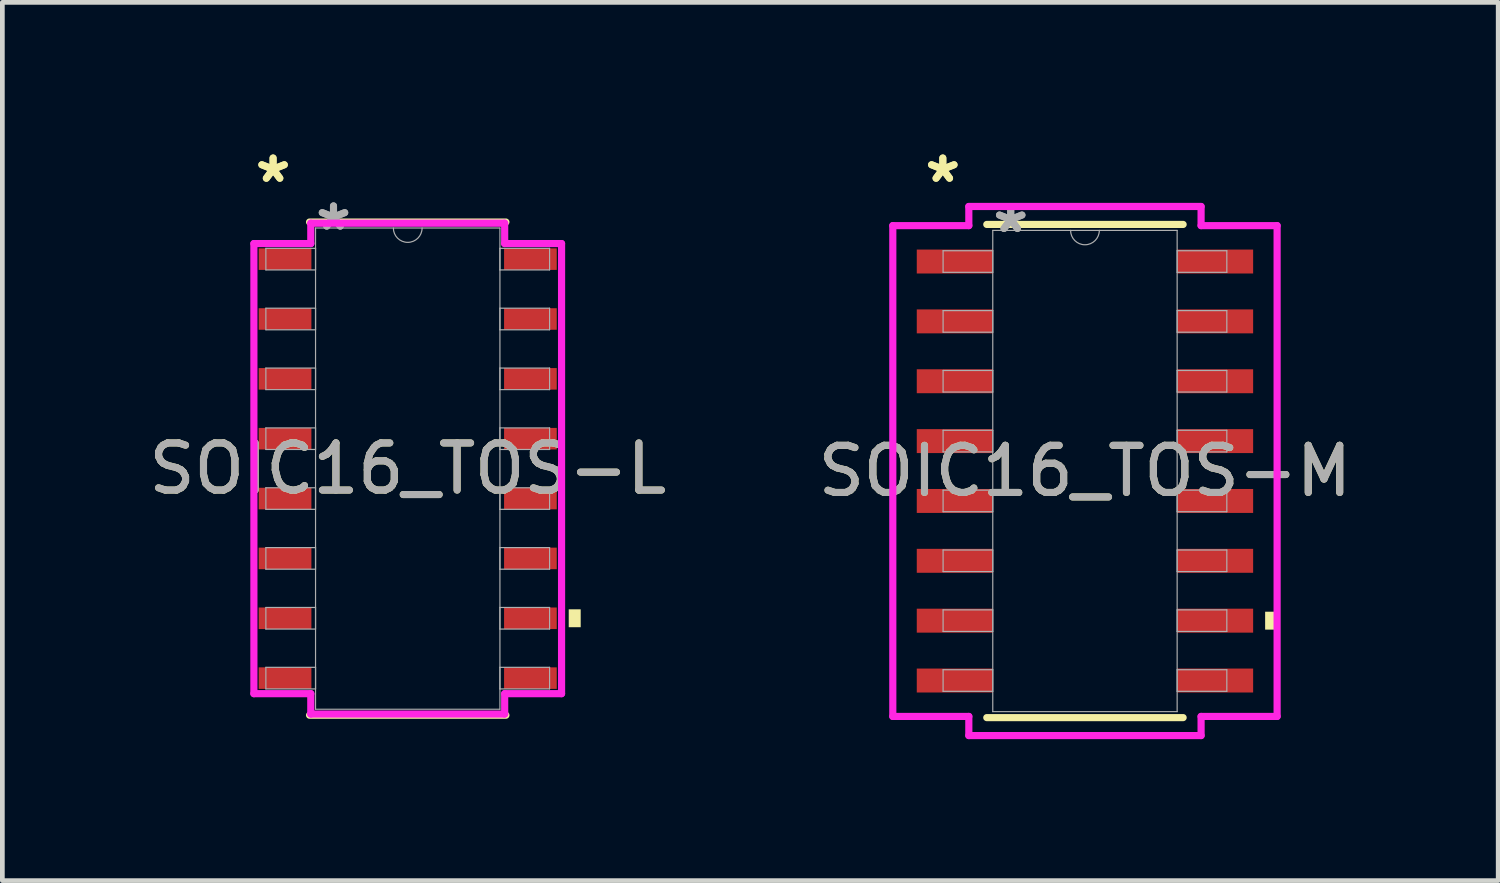
<source format=kicad_pcb>
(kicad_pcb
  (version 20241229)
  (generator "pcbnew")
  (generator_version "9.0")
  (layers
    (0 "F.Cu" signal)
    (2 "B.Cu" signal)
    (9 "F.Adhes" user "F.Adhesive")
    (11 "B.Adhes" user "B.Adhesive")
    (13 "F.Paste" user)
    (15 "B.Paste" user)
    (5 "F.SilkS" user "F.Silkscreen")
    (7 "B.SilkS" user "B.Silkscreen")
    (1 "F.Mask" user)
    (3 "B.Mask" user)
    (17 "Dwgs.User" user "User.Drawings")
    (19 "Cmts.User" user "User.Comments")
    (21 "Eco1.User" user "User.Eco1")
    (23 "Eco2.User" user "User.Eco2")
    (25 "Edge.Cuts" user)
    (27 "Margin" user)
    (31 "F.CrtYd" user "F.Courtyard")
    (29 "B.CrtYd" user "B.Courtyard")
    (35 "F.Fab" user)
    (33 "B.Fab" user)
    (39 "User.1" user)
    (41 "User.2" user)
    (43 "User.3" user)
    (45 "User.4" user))
  (footprint "SOIC16_TOS-M"
    (layer "F.Cu")
    (at 19.97 6.944)
    (property "Reference" "SOIC16_TOS-M" (at 0 0 0) (unlocked yes) (layer "F.SilkS") (effects (font (size 1 1) (thickness 0.15))))
    (attr smd)
    (fp_line (start -2.083 5.232) (end 2.083 5.232) (stroke (width 0.152) (type solid)) (layer "F.SilkS"))
    (fp_line (start 2.083 -5.232) (end -2.083 -5.232) (stroke (width 0.152) (type solid)) (layer "F.SilkS"))
    (fp_poly (pts (xy 4.077 2.985) (xy 4.077 3.365) (xy 3.823 3.365) (xy 3.823 2.985)) (stroke (width 0) (type solid)) (fill yes) (layer "F.SilkS"))
    (fp_line (start -4.077 -5.207) (end -2.464 -5.207) (stroke (width 0.152) (type solid)) (layer "F.CrtYd"))
    (fp_line (start -4.077 5.207) (end -4.077 -5.207) (stroke (width 0.152) (type solid)) (layer "F.CrtYd"))
    (fp_line (start -4.077 5.207) (end -2.464 5.207) (stroke (width 0.152) (type solid)) (layer "F.CrtYd"))
    (fp_line (start -2.464 -5.613) (end 2.464 -5.613) (stroke (width 0.152) (type solid)) (layer "F.CrtYd"))
    (fp_line (start -2.464 -5.207) (end -2.464 -5.613) (stroke (width 0.152) (type solid)) (layer "F.CrtYd"))
    (fp_line (start -2.464 5.613) (end -2.464 5.207) (stroke (width 0.152) (type solid)) (layer "F.CrtYd"))
    (fp_line (start 2.464 -5.613) (end 2.464 -5.207) (stroke (width 0.152) (type solid)) (layer "F.CrtYd"))
    (fp_line (start 2.464 5.207) (end 2.464 5.613) (stroke (width 0.152) (type solid)) (layer "F.CrtYd"))
    (fp_line (start 2.464 5.613) (end -2.464 5.613) (stroke (width 0.152) (type solid)) (layer "F.CrtYd"))
    (fp_line (start 4.077 -5.207) (end 2.464 -5.207) (stroke (width 0.152) (type solid)) (layer "F.CrtYd"))
    (fp_line (start 4.077 -5.207) (end 4.077 5.207) (stroke (width 0.152) (type solid)) (layer "F.CrtYd"))
    (fp_line (start 4.077 5.207) (end 2.464 5.207) (stroke (width 0.152) (type solid)) (layer "F.CrtYd"))
    (fp_line (start -3.01 -4.674) (end -3.01 -4.216) (stroke (width 0.025) (type solid)) (layer "F.Fab"))
    (fp_line (start -3.01 -4.216) (end -1.956 -4.216) (stroke (width 0.025) (type solid)) (layer "F.Fab"))
    (fp_line (start -3.01 -3.404) (end -3.01 -2.946) (stroke (width 0.025) (type solid)) (layer "F.Fab"))
    (fp_line (start -3.01 -2.946) (end -1.956 -2.946) (stroke (width 0.025) (type solid)) (layer "F.Fab"))
    (fp_line (start -3.01 -2.134) (end -3.01 -1.676) (stroke (width 0.025) (type solid)) (layer "F.Fab"))
    (fp_line (start -3.01 -1.676) (end -1.956 -1.676) (stroke (width 0.025) (type solid)) (layer "F.Fab"))
    (fp_line (start -3.01 -0.864) (end -3.01 -0.406) (stroke (width 0.025) (type solid)) (layer "F.Fab"))
    (fp_line (start -3.01 -0.406) (end -1.956 -0.406) (stroke (width 0.025) (type solid)) (layer "F.Fab"))
    (fp_line (start -3.01 0.406) (end -3.01 0.864) (stroke (width 0.025) (type solid)) (layer "F.Fab"))
    (fp_line (start -3.01 0.864) (end -1.956 0.864) (stroke (width 0.025) (type solid)) (layer "F.Fab"))
    (fp_line (start -3.01 1.676) (end -3.01 2.134) (stroke (width 0.025) (type solid)) (layer "F.Fab"))
    (fp_line (start -3.01 2.134) (end -1.956 2.134) (stroke (width 0.025) (type solid)) (layer "F.Fab"))
    (fp_line (start -3.01 2.946) (end -3.01 3.404) (stroke (width 0.025) (type solid)) (layer "F.Fab"))
    (fp_line (start -3.01 3.404) (end -1.956 3.404) (stroke (width 0.025) (type solid)) (layer "F.Fab"))
    (fp_line (start -3.01 4.216) (end -3.01 4.674) (stroke (width 0.025) (type solid)) (layer "F.Fab"))
    (fp_line (start -3.01 4.674) (end -1.956 4.674) (stroke (width 0.025) (type solid)) (layer "F.Fab"))
    (fp_line (start -1.956 -5.105) (end -1.956 5.105) (stroke (width 0.025) (type solid)) (layer "F.Fab"))
    (fp_line (start -1.956 -4.674) (end -3.01 -4.674) (stroke (width 0.025) (type solid)) (layer "F.Fab"))
    (fp_line (start -1.956 -4.216) (end -1.956 -4.674) (stroke (width 0.025) (type solid)) (layer "F.Fab"))
    (fp_line (start -1.956 -3.404) (end -3.01 -3.404) (stroke (width 0.025) (type solid)) (layer "F.Fab"))
    (fp_line (start -1.956 -2.946) (end -1.956 -3.404) (stroke (width 0.025) (type solid)) (layer "F.Fab"))
    (fp_line (start -1.956 -2.134) (end -3.01 -2.134) (stroke (width 0.025) (type solid)) (layer "F.Fab"))
    (fp_line (start -1.956 -1.676) (end -1.956 -2.134) (stroke (width 0.025) (type solid)) (layer "F.Fab"))
    (fp_line (start -1.956 -0.864) (end -3.01 -0.864) (stroke (width 0.025) (type solid)) (layer "F.Fab"))
    (fp_line (start -1.956 -0.406) (end -1.956 -0.864) (stroke (width 0.025) (type solid)) (layer "F.Fab"))
    (fp_line (start -1.956 0.406) (end -3.01 0.406) (stroke (width 0.025) (type solid)) (layer "F.Fab"))
    (fp_line (start -1.956 0.864) (end -1.956 0.406) (stroke (width 0.025) (type solid)) (layer "F.Fab"))
    (fp_line (start -1.956 1.676) (end -3.01 1.676) (stroke (width 0.025) (type solid)) (layer "F.Fab"))
    (fp_line (start -1.956 2.134) (end -1.956 1.676) (stroke (width 0.025) (type solid)) (layer "F.Fab"))
    (fp_line (start -1.956 2.946) (end -3.01 2.946) (stroke (width 0.025) (type solid)) (layer "F.Fab"))
    (fp_line (start -1.956 3.404) (end -1.956 2.946) (stroke (width 0.025) (type solid)) (layer "F.Fab"))
    (fp_line (start -1.956 4.216) (end -3.01 4.216) (stroke (width 0.025) (type solid)) (layer "F.Fab"))
    (fp_line (start -1.956 4.674) (end -1.956 4.216) (stroke (width 0.025) (type solid)) (layer "F.Fab"))
    (fp_line (start -1.956 5.105) (end 1.956 5.105) (stroke (width 0.025) (type solid)) (layer "F.Fab"))
    (fp_line (start 1.956 -5.105) (end -1.956 -5.105) (stroke (width 0.025) (type solid)) (layer "F.Fab"))
    (fp_line (start 1.956 -4.674) (end 1.956 -4.216) (stroke (width 0.025) (type solid)) (layer "F.Fab"))
    (fp_line (start 1.956 -4.216) (end 3.01 -4.216) (stroke (width 0.025) (type solid)) (layer "F.Fab"))
    (fp_line (start 1.956 -3.404) (end 1.956 -2.946) (stroke (width 0.025) (type solid)) (layer "F.Fab"))
    (fp_line (start 1.956 -2.946) (end 3.01 -2.946) (stroke (width 0.025) (type solid)) (layer "F.Fab"))
    (fp_line (start 1.956 -2.134) (end 1.956 -1.676) (stroke (width 0.025) (type solid)) (layer "F.Fab"))
    (fp_line (start 1.956 -1.676) (end 3.01 -1.676) (stroke (width 0.025) (type solid)) (layer "F.Fab"))
    (fp_line (start 1.956 -0.864) (end 1.956 -0.406) (stroke (width 0.025) (type solid)) (layer "F.Fab"))
    (fp_line (start 1.956 -0.406) (end 3.01 -0.406) (stroke (width 0.025) (type solid)) (layer "F.Fab"))
    (fp_line (start 1.956 0.406) (end 1.956 0.864) (stroke (width 0.025) (type solid)) (layer "F.Fab"))
    (fp_line (start 1.956 0.864) (end 3.01 0.864) (stroke (width 0.025) (type solid)) (layer "F.Fab"))
    (fp_line (start 1.956 1.676) (end 1.956 2.134) (stroke (width 0.025) (type solid)) (layer "F.Fab"))
    (fp_line (start 1.956 2.134) (end 3.01 2.134) (stroke (width 0.025) (type solid)) (layer "F.Fab"))
    (fp_line (start 1.956 2.946) (end 1.956 3.404) (stroke (width 0.025) (type solid)) (layer "F.Fab"))
    (fp_line (start 1.956 3.404) (end 3.01 3.404) (stroke (width 0.025) (type solid)) (layer "F.Fab"))
    (fp_line (start 1.956 4.216) (end 1.956 4.674) (stroke (width 0.025) (type solid)) (layer "F.Fab"))
    (fp_line (start 1.956 4.674) (end 3.01 4.674) (stroke (width 0.025) (type solid)) (layer "F.Fab"))
    (fp_line (start 1.956 5.105) (end 1.956 -5.105) (stroke (width 0.025) (type solid)) (layer "F.Fab"))
    (fp_line (start 3.01 -4.674) (end 1.956 -4.674) (stroke (width 0.025) (type solid)) (layer "F.Fab"))
    (fp_line (start 3.01 -4.216) (end 3.01 -4.674) (stroke (width 0.025) (type solid)) (layer "F.Fab"))
    (fp_line (start 3.01 -3.404) (end 1.956 -3.404) (stroke (width 0.025) (type solid)) (layer "F.Fab"))
    (fp_line (start 3.01 -2.946) (end 3.01 -3.404) (stroke (width 0.025) (type solid)) (layer "F.Fab"))
    (fp_line (start 3.01 -2.134) (end 1.956 -2.134) (stroke (width 0.025) (type solid)) (layer "F.Fab"))
    (fp_line (start 3.01 -1.676) (end 3.01 -2.134) (stroke (width 0.025) (type solid)) (layer "F.Fab"))
    (fp_line (start 3.01 -0.864) (end 1.956 -0.864) (stroke (width 0.025) (type solid)) (layer "F.Fab"))
    (fp_line (start 3.01 -0.406) (end 3.01 -0.864) (stroke (width 0.025) (type solid)) (layer "F.Fab"))
    (fp_line (start 3.01 0.406) (end 1.956 0.406) (stroke (width 0.025) (type solid)) (layer "F.Fab"))
    (fp_line (start 3.01 0.864) (end 3.01 0.406) (stroke (width 0.025) (type solid)) (layer "F.Fab"))
    (fp_line (start 3.01 1.676) (end 1.956 1.676) (stroke (width 0.025) (type solid)) (layer "F.Fab"))
    (fp_line (start 3.01 2.134) (end 3.01 1.676) (stroke (width 0.025) (type solid)) (layer "F.Fab"))
    (fp_line (start 3.01 2.946) (end 1.956 2.946) (stroke (width 0.025) (type solid)) (layer "F.Fab"))
    (fp_line (start 3.01 3.404) (end 3.01 2.946) (stroke (width 0.025) (type solid)) (layer "F.Fab"))
    (fp_line (start 3.01 4.216) (end 1.956 4.216) (stroke (width 0.025) (type solid)) (layer "F.Fab"))
    (fp_line (start 3.01 4.674) (end 3.01 4.216) (stroke (width 0.025) (type solid)) (layer "F.Fab"))
    (fp_arc (start 0.3048 -5.1054) (mid 0 -4.8006) (end -0.3048 -5.1054) (stroke (width 0.0254) (type solid)) (layer "F.Fab"))
    (fp_text user "*" (at -3.016 -6.096 0) (unlocked yes) (layer "F.SilkS") (effects (font (size 1 1) (thickness 0.15))))
    (fp_text user "*" (at -3.016 -6.096 0) (layer "F.SilkS") (effects (font (size 1 1) (thickness 0.15))))
    (fp_text user "*" (at -1.575 -5.029 0) (layer "F.Fab") (effects (font (size 1 1) (thickness 0.15))))
    (fp_text user "${REFERENCE}" (at 0 0 0) (unlocked yes) (layer "F.Fab") (effects (font (size 1 1) (thickness 0.15))))
    (fp_text user "*" (at -1.575 -5.029 0) (unlocked yes) (layer "F.Fab") (effects (font (size 1 1) (thickness 0.15))))
    (pad "1" smd rect (at -2.762 -4.445) (size 1.613 0.508) (layers "F.Cu" "F.Mask" "F.Paste"))
    (pad "2" smd rect (at -2.762 -3.175) (size 1.613 0.508) (layers "F.Cu" "F.Mask" "F.Paste"))
    (pad "3" smd rect (at -2.762 -1.905) (size 1.613 0.508) (layers "F.Cu" "F.Mask" "F.Paste"))
    (pad "4" smd rect (at -2.762 -0.635) (size 1.613 0.508) (layers "F.Cu" "F.Mask" "F.Paste"))
    (pad "5" smd rect (at -2.762 0.635) (size 1.613 0.508) (layers "F.Cu" "F.Mask" "F.Paste"))
    (pad "6" smd rect (at -2.762 1.905) (size 1.613 0.508) (layers "F.Cu" "F.Mask" "F.Paste"))
    (pad "7" smd rect (at -2.762 3.175) (size 1.613 0.508) (layers "F.Cu" "F.Mask" "F.Paste"))
    (pad "8" smd rect (at -2.762 4.445) (size 1.613 0.508) (layers "F.Cu" "F.Mask" "F.Paste"))
    (pad "9" smd rect (at 2.762 4.445) (size 1.613 0.508) (layers "F.Cu" "F.Mask" "F.Paste"))
    (pad "10" smd rect (at 2.762 3.175) (size 1.613 0.508) (layers "F.Cu" "F.Mask" "F.Paste"))
    (pad "11" smd rect (at 2.762 1.905) (size 1.613 0.508) (layers "F.Cu" "F.Mask" "F.Paste"))
    (pad "12" smd rect (at 2.762 0.635) (size 1.613 0.508) (layers "F.Cu" "F.Mask" "F.Paste"))
    (pad "13" smd rect (at 2.762 -0.635) (size 1.613 0.508) (layers "F.Cu" "F.Mask" "F.Paste"))
    (pad "14" smd rect (at 2.762 -1.905) (size 1.613 0.508) (layers "F.Cu" "F.Mask" "F.Paste"))
    (pad "15" smd rect (at 2.762 -3.175) (size 1.613 0.508) (layers "F.Cu" "F.Mask" "F.Paste"))
    (pad "16" smd rect (at 2.762 -4.445) (size 1.613 0.508) (layers "F.Cu" "F.Mask" "F.Paste")))
  (footprint "SOIC16_TOS-L"
    (layer "F.Cu")
    (at 5.601 6.893)
    (property "Reference" "SOIC16_TOS-L" (at 0 0 0) (unlocked yes) (layer "F.SilkS") (effects (font (size 1 1) (thickness 0.15))))
    (attr smd)
    (fp_line (start -2.083 5.232) (end 2.083 5.232) (stroke (width 0.152) (type solid)) (layer "F.SilkS"))
    (fp_line (start 2.083 -5.232) (end -2.083 -5.232) (stroke (width 0.152) (type solid)) (layer "F.SilkS"))
    (fp_poly (pts (xy 3.67 2.985) (xy 3.67 3.365) (xy 3.416 3.365) (xy 3.416 2.985)) (stroke (width 0) (type solid)) (fill yes) (layer "F.SilkS"))
    (fp_line (start -3.264 -4.775) (end -2.057 -4.775) (stroke (width 0.152) (type solid)) (layer "F.CrtYd"))
    (fp_line (start -3.264 4.775) (end -3.264 -4.775) (stroke (width 0.152) (type solid)) (layer "F.CrtYd"))
    (fp_line (start -3.264 4.775) (end -2.057 4.775) (stroke (width 0.152) (type solid)) (layer "F.CrtYd"))
    (fp_line (start -2.057 -5.207) (end 2.057 -5.207) (stroke (width 0.152) (type solid)) (layer "F.CrtYd"))
    (fp_line (start -2.057 -4.775) (end -2.057 -5.207) (stroke (width 0.152) (type solid)) (layer "F.CrtYd"))
    (fp_line (start -2.057 5.207) (end -2.057 4.775) (stroke (width 0.152) (type solid)) (layer "F.CrtYd"))
    (fp_line (start 2.057 -5.207) (end 2.057 -4.775) (stroke (width 0.152) (type solid)) (layer "F.CrtYd"))
    (fp_line (start 2.057 4.775) (end 2.057 5.207) (stroke (width 0.152) (type solid)) (layer "F.CrtYd"))
    (fp_line (start 2.057 5.207) (end -2.057 5.207) (stroke (width 0.152) (type solid)) (layer "F.CrtYd"))
    (fp_line (start 3.264 -4.775) (end 2.057 -4.775) (stroke (width 0.152) (type solid)) (layer "F.CrtYd"))
    (fp_line (start 3.264 -4.775) (end 3.264 4.775) (stroke (width 0.152) (type solid)) (layer "F.CrtYd"))
    (fp_line (start 3.264 4.775) (end 2.057 4.775) (stroke (width 0.152) (type solid)) (layer "F.CrtYd"))
    (fp_line (start -3.01 -4.674) (end -3.01 -4.216) (stroke (width 0.025) (type solid)) (layer "F.Fab"))
    (fp_line (start -3.01 -4.216) (end -1.956 -4.216) (stroke (width 0.025) (type solid)) (layer "F.Fab"))
    (fp_line (start -3.01 -3.404) (end -3.01 -2.946) (stroke (width 0.025) (type solid)) (layer "F.Fab"))
    (fp_line (start -3.01 -2.946) (end -1.956 -2.946) (stroke (width 0.025) (type solid)) (layer "F.Fab"))
    (fp_line (start -3.01 -2.134) (end -3.01 -1.676) (stroke (width 0.025) (type solid)) (layer "F.Fab"))
    (fp_line (start -3.01 -1.676) (end -1.956 -1.676) (stroke (width 0.025) (type solid)) (layer "F.Fab"))
    (fp_line (start -3.01 -0.864) (end -3.01 -0.406) (stroke (width 0.025) (type solid)) (layer "F.Fab"))
    (fp_line (start -3.01 -0.406) (end -1.956 -0.406) (stroke (width 0.025) (type solid)) (layer "F.Fab"))
    (fp_line (start -3.01 0.406) (end -3.01 0.864) (stroke (width 0.025) (type solid)) (layer "F.Fab"))
    (fp_line (start -3.01 0.864) (end -1.956 0.864) (stroke (width 0.025) (type solid)) (layer "F.Fab"))
    (fp_line (start -3.01 1.676) (end -3.01 2.134) (stroke (width 0.025) (type solid)) (layer "F.Fab"))
    (fp_line (start -3.01 2.134) (end -1.956 2.134) (stroke (width 0.025) (type solid)) (layer "F.Fab"))
    (fp_line (start -3.01 2.946) (end -3.01 3.404) (stroke (width 0.025) (type solid)) (layer "F.Fab"))
    (fp_line (start -3.01 3.404) (end -1.956 3.404) (stroke (width 0.025) (type solid)) (layer "F.Fab"))
    (fp_line (start -3.01 4.216) (end -3.01 4.674) (stroke (width 0.025) (type solid)) (layer "F.Fab"))
    (fp_line (start -3.01 4.674) (end -1.956 4.674) (stroke (width 0.025) (type solid)) (layer "F.Fab"))
    (fp_line (start -1.956 -5.105) (end -1.956 5.105) (stroke (width 0.025) (type solid)) (layer "F.Fab"))
    (fp_line (start -1.956 -4.674) (end -3.01 -4.674) (stroke (width 0.025) (type solid)) (layer "F.Fab"))
    (fp_line (start -1.956 -4.216) (end -1.956 -4.674) (stroke (width 0.025) (type solid)) (layer "F.Fab"))
    (fp_line (start -1.956 -3.404) (end -3.01 -3.404) (stroke (width 0.025) (type solid)) (layer "F.Fab"))
    (fp_line (start -1.956 -2.946) (end -1.956 -3.404) (stroke (width 0.025) (type solid)) (layer "F.Fab"))
    (fp_line (start -1.956 -2.134) (end -3.01 -2.134) (stroke (width 0.025) (type solid)) (layer "F.Fab"))
    (fp_line (start -1.956 -1.676) (end -1.956 -2.134) (stroke (width 0.025) (type solid)) (layer "F.Fab"))
    (fp_line (start -1.956 -0.864) (end -3.01 -0.864) (stroke (width 0.025) (type solid)) (layer "F.Fab"))
    (fp_line (start -1.956 -0.406) (end -1.956 -0.864) (stroke (width 0.025) (type solid)) (layer "F.Fab"))
    (fp_line (start -1.956 0.406) (end -3.01 0.406) (stroke (width 0.025) (type solid)) (layer "F.Fab"))
    (fp_line (start -1.956 0.864) (end -1.956 0.406) (stroke (width 0.025) (type solid)) (layer "F.Fab"))
    (fp_line (start -1.956 1.676) (end -3.01 1.676) (stroke (width 0.025) (type solid)) (layer "F.Fab"))
    (fp_line (start -1.956 2.134) (end -1.956 1.676) (stroke (width 0.025) (type solid)) (layer "F.Fab"))
    (fp_line (start -1.956 2.946) (end -3.01 2.946) (stroke (width 0.025) (type solid)) (layer "F.Fab"))
    (fp_line (start -1.956 3.404) (end -1.956 2.946) (stroke (width 0.025) (type solid)) (layer "F.Fab"))
    (fp_line (start -1.956 4.216) (end -3.01 4.216) (stroke (width 0.025) (type solid)) (layer "F.Fab"))
    (fp_line (start -1.956 4.674) (end -1.956 4.216) (stroke (width 0.025) (type solid)) (layer "F.Fab"))
    (fp_line (start -1.956 5.105) (end 1.956 5.105) (stroke (width 0.025) (type solid)) (layer "F.Fab"))
    (fp_line (start 1.956 -5.105) (end -1.956 -5.105) (stroke (width 0.025) (type solid)) (layer "F.Fab"))
    (fp_line (start 1.956 -4.674) (end 1.956 -4.216) (stroke (width 0.025) (type solid)) (layer "F.Fab"))
    (fp_line (start 1.956 -4.216) (end 3.01 -4.216) (stroke (width 0.025) (type solid)) (layer "F.Fab"))
    (fp_line (start 1.956 -3.404) (end 1.956 -2.946) (stroke (width 0.025) (type solid)) (layer "F.Fab"))
    (fp_line (start 1.956 -2.946) (end 3.01 -2.946) (stroke (width 0.025) (type solid)) (layer "F.Fab"))
    (fp_line (start 1.956 -2.134) (end 1.956 -1.676) (stroke (width 0.025) (type solid)) (layer "F.Fab"))
    (fp_line (start 1.956 -1.676) (end 3.01 -1.676) (stroke (width 0.025) (type solid)) (layer "F.Fab"))
    (fp_line (start 1.956 -0.864) (end 1.956 -0.406) (stroke (width 0.025) (type solid)) (layer "F.Fab"))
    (fp_line (start 1.956 -0.406) (end 3.01 -0.406) (stroke (width 0.025) (type solid)) (layer "F.Fab"))
    (fp_line (start 1.956 0.406) (end 1.956 0.864) (stroke (width 0.025) (type solid)) (layer "F.Fab"))
    (fp_line (start 1.956 0.864) (end 3.01 0.864) (stroke (width 0.025) (type solid)) (layer "F.Fab"))
    (fp_line (start 1.956 1.676) (end 1.956 2.134) (stroke (width 0.025) (type solid)) (layer "F.Fab"))
    (fp_line (start 1.956 2.134) (end 3.01 2.134) (stroke (width 0.025) (type solid)) (layer "F.Fab"))
    (fp_line (start 1.956 2.946) (end 1.956 3.404) (stroke (width 0.025) (type solid)) (layer "F.Fab"))
    (fp_line (start 1.956 3.404) (end 3.01 3.404) (stroke (width 0.025) (type solid)) (layer "F.Fab"))
    (fp_line (start 1.956 4.216) (end 1.956 4.674) (stroke (width 0.025) (type solid)) (layer "F.Fab"))
    (fp_line (start 1.956 4.674) (end 3.01 4.674) (stroke (width 0.025) (type solid)) (layer "F.Fab"))
    (fp_line (start 1.956 5.105) (end 1.956 -5.105) (stroke (width 0.025) (type solid)) (layer "F.Fab"))
    (fp_line (start 3.01 -4.674) (end 1.956 -4.674) (stroke (width 0.025) (type solid)) (layer "F.Fab"))
    (fp_line (start 3.01 -4.216) (end 3.01 -4.674) (stroke (width 0.025) (type solid)) (layer "F.Fab"))
    (fp_line (start 3.01 -3.404) (end 1.956 -3.404) (stroke (width 0.025) (type solid)) (layer "F.Fab"))
    (fp_line (start 3.01 -2.946) (end 3.01 -3.404) (stroke (width 0.025) (type solid)) (layer "F.Fab"))
    (fp_line (start 3.01 -2.134) (end 1.956 -2.134) (stroke (width 0.025) (type solid)) (layer "F.Fab"))
    (fp_line (start 3.01 -1.676) (end 3.01 -2.134) (stroke (width 0.025) (type solid)) (layer "F.Fab"))
    (fp_line (start 3.01 -0.864) (end 1.956 -0.864) (stroke (width 0.025) (type solid)) (layer "F.Fab"))
    (fp_line (start 3.01 -0.406) (end 3.01 -0.864) (stroke (width 0.025) (type solid)) (layer "F.Fab"))
    (fp_line (start 3.01 0.406) (end 1.956 0.406) (stroke (width 0.025) (type solid)) (layer "F.Fab"))
    (fp_line (start 3.01 0.864) (end 3.01 0.406) (stroke (width 0.025) (type solid)) (layer "F.Fab"))
    (fp_line (start 3.01 1.676) (end 1.956 1.676) (stroke (width 0.025) (type solid)) (layer "F.Fab"))
    (fp_line (start 3.01 2.134) (end 3.01 1.676) (stroke (width 0.025) (type solid)) (layer "F.Fab"))
    (fp_line (start 3.01 2.946) (end 1.956 2.946) (stroke (width 0.025) (type solid)) (layer "F.Fab"))
    (fp_line (start 3.01 3.404) (end 3.01 2.946) (stroke (width 0.025) (type solid)) (layer "F.Fab"))
    (fp_line (start 3.01 4.216) (end 1.956 4.216) (stroke (width 0.025) (type solid)) (layer "F.Fab"))
    (fp_line (start 3.01 4.674) (end 3.01 4.216) (stroke (width 0.025) (type solid)) (layer "F.Fab"))
    (fp_arc (start 0.3048 -5.1054) (mid 0 -4.8006) (end -0.3048 -5.1054) (stroke (width 0.0254) (type solid)) (layer "F.Fab"))
    (fp_text user "*" (at -2.857 -6.045 0) (unlocked yes) (layer "F.SilkS") (effects (font (size 1 1) (thickness 0.15))))
    (fp_text user "*" (at -2.857 -6.045 0) (layer "F.SilkS") (effects (font (size 1 1) (thickness 0.15))))
    (fp_text user "*" (at -1.575 -5.029 0) (unlocked yes) (layer "F.Fab") (effects (font (size 1 1) (thickness 0.15))))
    (fp_text user "${REFERENCE}" (at 0 0 0) (unlocked yes) (layer "F.Fab") (effects (font (size 1 1) (thickness 0.15))))
    (fp_text user "*" (at -1.575 -5.029 0) (layer "F.Fab") (effects (font (size 1 1) (thickness 0.15))))
    (pad "1" smd rect (at -2.603 -4.445) (size 1.118 0.457) (layers "F.Cu" "F.Mask" "F.Paste"))
    (pad "2" smd rect (at -2.603 -3.175) (size 1.118 0.457) (layers "F.Cu" "F.Mask" "F.Paste"))
    (pad "3" smd rect (at -2.603 -1.905) (size 1.118 0.457) (layers "F.Cu" "F.Mask" "F.Paste"))
    (pad "4" smd rect (at -2.603 -0.635) (size 1.118 0.457) (layers "F.Cu" "F.Mask" "F.Paste"))
    (pad "5" smd rect (at -2.603 0.635) (size 1.118 0.457) (layers "F.Cu" "F.Mask" "F.Paste"))
    (pad "6" smd rect (at -2.603 1.905) (size 1.118 0.457) (layers "F.Cu" "F.Mask" "F.Paste"))
    (pad "7" smd rect (at -2.603 3.175) (size 1.118 0.457) (layers "F.Cu" "F.Mask" "F.Paste"))
    (pad "8" smd rect (at -2.603 4.445) (size 1.118 0.457) (layers "F.Cu" "F.Mask" "F.Paste"))
    (pad "9" smd rect (at 2.603 4.445) (size 1.118 0.457) (layers "F.Cu" "F.Mask" "F.Paste"))
    (pad "10" smd rect (at 2.603 3.175) (size 1.118 0.457) (layers "F.Cu" "F.Mask" "F.Paste"))
    (pad "11" smd rect (at 2.603 1.905) (size 1.118 0.457) (layers "F.Cu" "F.Mask" "F.Paste"))
    (pad "12" smd rect (at 2.603 0.635) (size 1.118 0.457) (layers "F.Cu" "F.Mask" "F.Paste"))
    (pad "13" smd rect (at 2.603 -0.635) (size 1.118 0.457) (layers "F.Cu" "F.Mask" "F.Paste"))
    (pad "14" smd rect (at 2.603 -1.905) (size 1.118 0.457) (layers "F.Cu" "F.Mask" "F.Paste"))
    (pad "15" smd rect (at 2.603 -3.175) (size 1.118 0.457) (layers "F.Cu" "F.Mask" "F.Paste"))
    (pad "16" smd rect (at 2.603 -4.445) (size 1.118 0.457) (layers "F.Cu" "F.Mask" "F.Paste")))
  (gr_rect
    (start -3 -3)
    (end 28.738 15.634)
    (stroke (width 0.1) (type default))
    (fill no)
    (layer "Edge.Cuts")))
</source>
